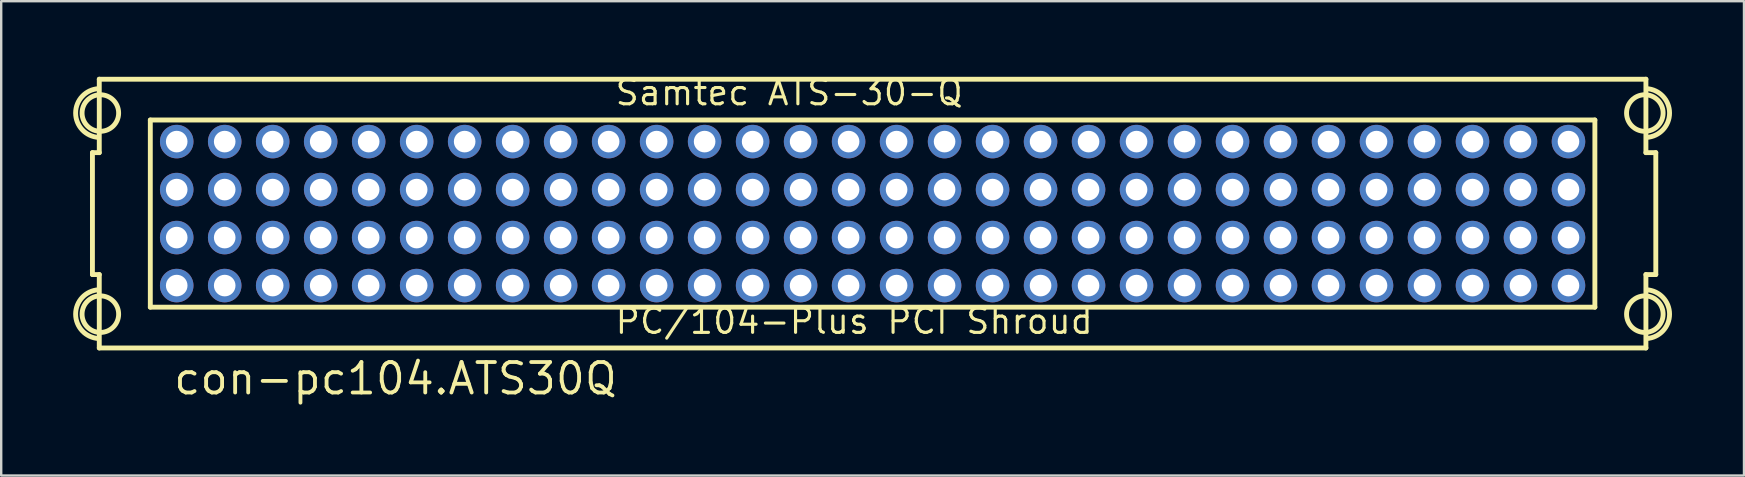
<source format=kicad_pcb>
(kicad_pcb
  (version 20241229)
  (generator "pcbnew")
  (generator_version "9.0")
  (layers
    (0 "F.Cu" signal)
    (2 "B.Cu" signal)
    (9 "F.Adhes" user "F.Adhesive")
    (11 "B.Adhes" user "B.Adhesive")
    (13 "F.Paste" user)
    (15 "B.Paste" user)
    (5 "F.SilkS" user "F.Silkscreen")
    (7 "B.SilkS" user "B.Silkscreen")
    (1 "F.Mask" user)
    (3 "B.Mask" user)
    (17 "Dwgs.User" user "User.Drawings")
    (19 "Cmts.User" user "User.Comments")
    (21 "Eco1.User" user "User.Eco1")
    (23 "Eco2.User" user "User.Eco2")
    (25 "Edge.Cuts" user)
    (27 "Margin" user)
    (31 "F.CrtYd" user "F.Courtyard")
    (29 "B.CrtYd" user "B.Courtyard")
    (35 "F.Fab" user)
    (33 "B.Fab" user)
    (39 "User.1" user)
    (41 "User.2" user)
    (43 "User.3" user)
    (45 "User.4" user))
  (footprint "con-pc104.ATS30Q"
    (layer "F.Cu")
    (at 33.314 5.851)
    (property "Reference" "con-pc104.ATS30Q" (at -29.21 7.62 0) (layer "F.SilkS") (effects (font (size 1.27 1.27) (thickness 0.16)) (justify left bottom)))
    (attr through_hole)
    (fp_line (start -32.512 -2.54) (end -32.227 -2.54) (stroke (width 0.203) (type default)) (layer "F.SilkS"))
    (fp_line (start -32.512 2.54) (end -32.512 -2.54) (stroke (width 0.203) (type default)) (layer "F.SilkS"))
    (fp_line (start -32.227 -5.6) (end 32.227 -5.6) (stroke (width 0.203) (type default)) (layer "F.SilkS"))
    (fp_line (start -32.227 -2.54) (end -32.227 -5.6) (stroke (width 0.203) (type default)) (layer "F.SilkS"))
    (fp_line (start -32.227 2.54) (end -32.512 2.54) (stroke (width 0.203) (type default)) (layer "F.SilkS"))
    (fp_line (start -32.227 5.6) (end -32.227 2.54) (stroke (width 0.203) (type default)) (layer "F.SilkS"))
    (fp_line (start -30.1 -3.9) (end 30.1 -3.9) (stroke (width 0.203) (type default)) (layer "F.SilkS"))
    (fp_line (start -30.1 3.9) (end -30.1 -3.9) (stroke (width 0.203) (type default)) (layer "F.SilkS"))
    (fp_line (start 30.1 -3.9) (end 30.1 3.9) (stroke (width 0.203) (type default)) (layer "F.SilkS"))
    (fp_line (start 30.1 3.9) (end -30.1 3.9) (stroke (width 0.203) (type default)) (layer "F.SilkS"))
    (fp_line (start 32.227 -5.6) (end 32.227 -2.54) (stroke (width 0.203) (type default)) (layer "F.SilkS"))
    (fp_line (start 32.227 -2.54) (end 32.639 -2.54) (stroke (width 0.203) (type default)) (layer "F.SilkS"))
    (fp_line (start 32.227 2.54) (end 32.227 5.6) (stroke (width 0.203) (type default)) (layer "F.SilkS"))
    (fp_line (start 32.227 5.6) (end -32.227 5.6) (stroke (width 0.203) (type default)) (layer "F.SilkS"))
    (fp_line (start 32.639 -2.54) (end 32.639 2.54) (stroke (width 0.203) (type default)) (layer "F.SilkS"))
    (fp_line (start 32.639 2.54) (end 32.227 2.54) (stroke (width 0.203) (type default)) (layer "F.SilkS"))
    (fp_arc (start -32.258 -3.175) (mid -33.212482 -4.191) (end -32.258 -5.207) (stroke (width 0.2032) (type default)) (layer "F.SilkS"))
    (fp_arc (start -32.258 5.207) (mid -33.212482 4.191) (end -32.258 3.175) (stroke (width 0.2032) (type default)) (layer "F.SilkS"))
    (fp_arc (start 32.258 -5.207) (mid 33.212482 -4.191) (end 32.258 -3.175) (stroke (width 0.2032) (type default)) (layer "F.SilkS"))
    (fp_arc (start 32.258 3.175) (mid 33.212482 4.191) (end 32.258 5.207) (stroke (width 0.2032) (type default)) (layer "F.SilkS"))
    (fp_circle (center -32.182 -4.191) (end -31.42 -4.191) (stroke (width 0.203) (type default)) (fill no) (layer "F.SilkS"))
    (fp_circle (center -32.182 4.191) (end -31.42 4.191) (stroke (width 0.203) (type default)) (fill no) (layer "F.SilkS"))
    (fp_circle (center 32.182 -4.191) (end 32.944 -4.191) (stroke (width 0.203) (type default)) (fill no) (layer "F.SilkS"))
    (fp_circle (center 32.182 4.191) (end 32.944 4.191) (stroke (width 0.203) (type default)) (fill no) (layer "F.SilkS"))
    (fp_text user "Samtec ATS-30-Q" (at -10.795 -4.445 0) (layer "F.SilkS") (effects (font (size 1.016 1.016) (thickness 0.13)) (justify left bottom)))
    (fp_text user "PC/104-Plus PCI Shroud" (at -10.795 5.08 0) (layer "F.SilkS") (effects (font (size 1.016 1.016) (thickness 0.13)) (justify left bottom)))
    (pad "A1" thru_hole circle (at -29 3) (size 1.397 1.397) (drill 0.9) (layers "*.Cu" "*.Mask"))
    (pad "A2" thru_hole circle (at -27 3) (size 1.397 1.397) (drill 0.9) (layers "*.Cu" "*.Mask"))
    (pad "A3" thru_hole circle (at -25 3) (size 1.397 1.397) (drill 0.9) (layers "*.Cu" "*.Mask"))
    (pad "A4" thru_hole circle (at -23 3) (size 1.397 1.397) (drill 0.9) (layers "*.Cu" "*.Mask"))
    (pad "A5" thru_hole circle (at -21 3) (size 1.397 1.397) (drill 0.9) (layers "*.Cu" "*.Mask"))
    (pad "A6" thru_hole circle (at -19 3) (size 1.397 1.397) (drill 0.9) (layers "*.Cu" "*.Mask"))
    (pad "A7" thru_hole circle (at -17 3) (size 1.397 1.397) (drill 0.9) (layers "*.Cu" "*.Mask"))
    (pad "A8" thru_hole circle (at -15 3) (size 1.397 1.397) (drill 0.9) (layers "*.Cu" "*.Mask"))
    (pad "A9" thru_hole circle (at -13 3) (size 1.397 1.397) (drill 0.9) (layers "*.Cu" "*.Mask"))
    (pad "A10" thru_hole circle (at -11 3) (size 1.397 1.397) (drill 0.9) (layers "*.Cu" "*.Mask"))
    (pad "A11" thru_hole circle (at -9 3) (size 1.397 1.397) (drill 0.9) (layers "*.Cu" "*.Mask"))
    (pad "A12" thru_hole circle (at -7 3) (size 1.397 1.397) (drill 0.9) (layers "*.Cu" "*.Mask"))
    (pad "A13" thru_hole circle (at -5 3) (size 1.397 1.397) (drill 0.9) (layers "*.Cu" "*.Mask"))
    (pad "A14" thru_hole circle (at -3 3) (size 1.397 1.397) (drill 0.9) (layers "*.Cu" "*.Mask"))
    (pad "A15" thru_hole circle (at -1 3) (size 1.397 1.397) (drill 0.9) (layers "*.Cu" "*.Mask"))
    (pad "A16" thru_hole circle (at 1 3) (size 1.397 1.397) (drill 0.9) (layers "*.Cu" "*.Mask"))
    (pad "A17" thru_hole circle (at 3 3) (size 1.397 1.397) (drill 0.9) (layers "*.Cu" "*.Mask"))
    (pad "A18" thru_hole circle (at 5 3) (size 1.397 1.397) (drill 0.9) (layers "*.Cu" "*.Mask"))
    (pad "A19" thru_hole circle (at 7 3) (size 1.397 1.397) (drill 0.9) (layers "*.Cu" "*.Mask"))
    (pad "A20" thru_hole circle (at 9 3) (size 1.397 1.397) (drill 0.9) (layers "*.Cu" "*.Mask"))
    (pad "A21" thru_hole circle (at 11 3) (size 1.397 1.397) (drill 0.9) (layers "*.Cu" "*.Mask"))
    (pad "A22" thru_hole circle (at 13 3) (size 1.397 1.397) (drill 0.9) (layers "*.Cu" "*.Mask"))
    (pad "A23" thru_hole circle (at 15 3) (size 1.397 1.397) (drill 0.9) (layers "*.Cu" "*.Mask"))
    (pad "A24" thru_hole circle (at 17 3) (size 1.397 1.397) (drill 0.9) (layers "*.Cu" "*.Mask"))
    (pad "A25" thru_hole circle (at 19 3) (size 1.397 1.397) (drill 0.9) (layers "*.Cu" "*.Mask"))
    (pad "A26" thru_hole circle (at 21 3) (size 1.397 1.397) (drill 0.9) (layers "*.Cu" "*.Mask"))
    (pad "A27" thru_hole circle (at 23 3) (size 1.397 1.397) (drill 0.9) (layers "*.Cu" "*.Mask"))
    (pad "A28" thru_hole circle (at 25 3) (size 1.397 1.397) (drill 0.9) (layers "*.Cu" "*.Mask"))
    (pad "A29" thru_hole circle (at 27 3) (size 1.397 1.397) (drill 0.9) (layers "*.Cu" "*.Mask"))
    (pad "A30" thru_hole circle (at 29 3) (size 1.397 1.397) (drill 0.9) (layers "*.Cu" "*.Mask"))
    (pad "B1" thru_hole circle (at -29 1) (size 1.397 1.397) (drill 0.9) (layers "*.Cu" "*.Mask"))
    (pad "B2" thru_hole circle (at -27 1) (size 1.397 1.397) (drill 0.9) (layers "*.Cu" "*.Mask"))
    (pad "B3" thru_hole circle (at -25 1) (size 1.397 1.397) (drill 0.9) (layers "*.Cu" "*.Mask"))
    (pad "B4" thru_hole circle (at -23 1) (size 1.397 1.397) (drill 0.9) (layers "*.Cu" "*.Mask"))
    (pad "B5" thru_hole circle (at -21 1) (size 1.397 1.397) (drill 0.9) (layers "*.Cu" "*.Mask"))
    (pad "B6" thru_hole circle (at -19 1) (size 1.397 1.397) (drill 0.9) (layers "*.Cu" "*.Mask"))
    (pad "B7" thru_hole circle (at -17 1) (size 1.397 1.397) (drill 0.9) (layers "*.Cu" "*.Mask"))
    (pad "B8" thru_hole circle (at -15 1) (size 1.397 1.397) (drill 0.9) (layers "*.Cu" "*.Mask"))
    (pad "B9" thru_hole circle (at -13 1) (size 1.397 1.397) (drill 0.9) (layers "*.Cu" "*.Mask"))
    (pad "B10" thru_hole circle (at -11 1) (size 1.397 1.397) (drill 0.9) (layers "*.Cu" "*.Mask"))
    (pad "B11" thru_hole circle (at -9 1) (size 1.397 1.397) (drill 0.9) (layers "*.Cu" "*.Mask"))
    (pad "B12" thru_hole circle (at -7 1) (size 1.397 1.397) (drill 0.9) (layers "*.Cu" "*.Mask"))
    (pad "B13" thru_hole circle (at -5 1) (size 1.397 1.397) (drill 0.9) (layers "*.Cu" "*.Mask"))
    (pad "B14" thru_hole circle (at -3 1) (size 1.397 1.397) (drill 0.9) (layers "*.Cu" "*.Mask"))
    (pad "B15" thru_hole circle (at -1 1) (size 1.397 1.397) (drill 0.9) (layers "*.Cu" "*.Mask"))
    (pad "B16" thru_hole circle (at 1 1) (size 1.397 1.397) (drill 0.9) (layers "*.Cu" "*.Mask"))
    (pad "B17" thru_hole circle (at 3 1) (size 1.397 1.397) (drill 0.9) (layers "*.Cu" "*.Mask"))
    (pad "B18" thru_hole circle (at 5 1) (size 1.397 1.397) (drill 0.9) (layers "*.Cu" "*.Mask"))
    (pad "B19" thru_hole circle (at 7 1) (size 1.397 1.397) (drill 0.9) (layers "*.Cu" "*.Mask"))
    (pad "B20" thru_hole circle (at 9 1) (size 1.397 1.397) (drill 0.9) (layers "*.Cu" "*.Mask"))
    (pad "B21" thru_hole circle (at 11 1) (size 1.397 1.397) (drill 0.9) (layers "*.Cu" "*.Mask"))
    (pad "B22" thru_hole circle (at 13 1) (size 1.397 1.397) (drill 0.9) (layers "*.Cu" "*.Mask"))
    (pad "B23" thru_hole circle (at 15 1) (size 1.397 1.397) (drill 0.9) (layers "*.Cu" "*.Mask"))
    (pad "B24" thru_hole circle (at 17 1) (size 1.397 1.397) (drill 0.9) (layers "*.Cu" "*.Mask"))
    (pad "B25" thru_hole circle (at 19 1) (size 1.397 1.397) (drill 0.9) (layers "*.Cu" "*.Mask"))
    (pad "B26" thru_hole circle (at 21 1) (size 1.397 1.397) (drill 0.9) (layers "*.Cu" "*.Mask"))
    (pad "B27" thru_hole circle (at 23 1) (size 1.397 1.397) (drill 0.9) (layers "*.Cu" "*.Mask"))
    (pad "B28" thru_hole circle (at 25 1) (size 1.397 1.397) (drill 0.9) (layers "*.Cu" "*.Mask"))
    (pad "B29" thru_hole circle (at 27 1) (size 1.397 1.397) (drill 0.9) (layers "*.Cu" "*.Mask"))
    (pad "B30" thru_hole circle (at 29 1) (size 1.397 1.397) (drill 0.9) (layers "*.Cu" "*.Mask"))
    (pad "C1" thru_hole circle (at -29 -1) (size 1.397 1.397) (drill 0.9) (layers "*.Cu" "*.Mask"))
    (pad "C2" thru_hole circle (at -27 -1) (size 1.397 1.397) (drill 0.9) (layers "*.Cu" "*.Mask"))
    (pad "C3" thru_hole circle (at -25 -1) (size 1.397 1.397) (drill 0.9) (layers "*.Cu" "*.Mask"))
    (pad "C4" thru_hole circle (at -23 -1) (size 1.397 1.397) (drill 0.9) (layers "*.Cu" "*.Mask"))
    (pad "C5" thru_hole circle (at -21 -1) (size 1.397 1.397) (drill 0.9) (layers "*.Cu" "*.Mask"))
    (pad "C6" thru_hole circle (at -19 -1) (size 1.397 1.397) (drill 0.9) (layers "*.Cu" "*.Mask"))
    (pad "C7" thru_hole circle (at -17 -1) (size 1.397 1.397) (drill 0.9) (layers "*.Cu" "*.Mask"))
    (pad "C8" thru_hole circle (at -15 -1) (size 1.397 1.397) (drill 0.9) (layers "*.Cu" "*.Mask"))
    (pad "C9" thru_hole circle (at -13 -1) (size 1.397 1.397) (drill 0.9) (layers "*.Cu" "*.Mask"))
    (pad "C10" thru_hole circle (at -11 -1) (size 1.397 1.397) (drill 0.9) (layers "*.Cu" "*.Mask"))
    (pad "C11" thru_hole circle (at -9 -1) (size 1.397 1.397) (drill 0.9) (layers "*.Cu" "*.Mask"))
    (pad "C12" thru_hole circle (at -7 -1) (size 1.397 1.397) (drill 0.9) (layers "*.Cu" "*.Mask"))
    (pad "C13" thru_hole circle (at -5 -1) (size 1.397 1.397) (drill 0.9) (layers "*.Cu" "*.Mask"))
    (pad "C14" thru_hole circle (at -3 -1) (size 1.397 1.397) (drill 0.9) (layers "*.Cu" "*.Mask"))
    (pad "C15" thru_hole circle (at -1 -1) (size 1.397 1.397) (drill 0.9) (layers "*.Cu" "*.Mask"))
    (pad "C16" thru_hole circle (at 1 -1) (size 1.397 1.397) (drill 0.9) (layers "*.Cu" "*.Mask"))
    (pad "C17" thru_hole circle (at 3 -1) (size 1.397 1.397) (drill 0.9) (layers "*.Cu" "*.Mask"))
    (pad "C18" thru_hole circle (at 5 -1) (size 1.397 1.397) (drill 0.9) (layers "*.Cu" "*.Mask"))
    (pad "C19" thru_hole circle (at 7 -1) (size 1.397 1.397) (drill 0.9) (layers "*.Cu" "*.Mask"))
    (pad "C20" thru_hole circle (at 9 -1) (size 1.397 1.397) (drill 0.9) (layers "*.Cu" "*.Mask"))
    (pad "C21" thru_hole circle (at 11 -1) (size 1.397 1.397) (drill 0.9) (layers "*.Cu" "*.Mask"))
    (pad "C22" thru_hole circle (at 13 -1) (size 1.397 1.397) (drill 0.9) (layers "*.Cu" "*.Mask"))
    (pad "C23" thru_hole circle (at 15 -1) (size 1.397 1.397) (drill 0.9) (layers "*.Cu" "*.Mask"))
    (pad "C24" thru_hole circle (at 17 -1) (size 1.397 1.397) (drill 0.9) (layers "*.Cu" "*.Mask"))
    (pad "C25" thru_hole circle (at 19 -1) (size 1.397 1.397) (drill 0.9) (layers "*.Cu" "*.Mask"))
    (pad "C26" thru_hole circle (at 21 -1) (size 1.397 1.397) (drill 0.9) (layers "*.Cu" "*.Mask"))
    (pad "C27" thru_hole circle (at 23 -1) (size 1.397 1.397) (drill 0.9) (layers "*.Cu" "*.Mask"))
    (pad "C28" thru_hole circle (at 25 -1) (size 1.397 1.397) (drill 0.9) (layers "*.Cu" "*.Mask"))
    (pad "C29" thru_hole circle (at 27 -1) (size 1.397 1.397) (drill 0.9) (layers "*.Cu" "*.Mask"))
    (pad "C30" thru_hole circle (at 29 -1) (size 1.397 1.397) (drill 0.9) (layers "*.Cu" "*.Mask"))
    (pad "D1" thru_hole circle (at -29 -3) (size 1.397 1.397) (drill 0.9) (layers "*.Cu" "*.Mask"))
    (pad "D2" thru_hole circle (at -27 -3) (size 1.397 1.397) (drill 0.9) (layers "*.Cu" "*.Mask"))
    (pad "D3" thru_hole circle (at -25 -3) (size 1.397 1.397) (drill 0.9) (layers "*.Cu" "*.Mask"))
    (pad "D4" thru_hole circle (at -23 -3) (size 1.397 1.397) (drill 0.9) (layers "*.Cu" "*.Mask"))
    (pad "D5" thru_hole circle (at -21 -3) (size 1.397 1.397) (drill 0.9) (layers "*.Cu" "*.Mask"))
    (pad "D6" thru_hole circle (at -19 -3) (size 1.397 1.397) (drill 0.9) (layers "*.Cu" "*.Mask"))
    (pad "D7" thru_hole circle (at -17 -3) (size 1.397 1.397) (drill 0.9) (layers "*.Cu" "*.Mask"))
    (pad "D8" thru_hole circle (at -15 -3) (size 1.397 1.397) (drill 0.9) (layers "*.Cu" "*.Mask"))
    (pad "D9" thru_hole circle (at -13 -3) (size 1.397 1.397) (drill 0.9) (layers "*.Cu" "*.Mask"))
    (pad "D10" thru_hole circle (at -11 -3) (size 1.397 1.397) (drill 0.9) (layers "*.Cu" "*.Mask"))
    (pad "D11" thru_hole circle (at -9 -3) (size 1.397 1.397) (drill 0.9) (layers "*.Cu" "*.Mask"))
    (pad "D12" thru_hole circle (at -7 -3) (size 1.397 1.397) (drill 0.9) (layers "*.Cu" "*.Mask"))
    (pad "D13" thru_hole circle (at -5 -3) (size 1.397 1.397) (drill 0.9) (layers "*.Cu" "*.Mask"))
    (pad "D14" thru_hole circle (at -3 -3) (size 1.397 1.397) (drill 0.9) (layers "*.Cu" "*.Mask"))
    (pad "D15" thru_hole circle (at -1 -3) (size 1.397 1.397) (drill 0.9) (layers "*.Cu" "*.Mask"))
    (pad "D16" thru_hole circle (at 1 -3) (size 1.397 1.397) (drill 0.9) (layers "*.Cu" "*.Mask"))
    (pad "D17" thru_hole circle (at 3 -3) (size 1.397 1.397) (drill 0.9) (layers "*.Cu" "*.Mask"))
    (pad "D18" thru_hole circle (at 5 -3) (size 1.397 1.397) (drill 0.9) (layers "*.Cu" "*.Mask"))
    (pad "D19" thru_hole circle (at 7 -3) (size 1.397 1.397) (drill 0.9) (layers "*.Cu" "*.Mask"))
    (pad "D20" thru_hole circle (at 9 -3) (size 1.397 1.397) (drill 0.9) (layers "*.Cu" "*.Mask"))
    (pad "D21" thru_hole circle (at 11 -3) (size 1.397 1.397) (drill 0.9) (layers "*.Cu" "*.Mask"))
    (pad "D22" thru_hole circle (at 13 -3) (size 1.397 1.397) (drill 0.9) (layers "*.Cu" "*.Mask"))
    (pad "D23" thru_hole circle (at 15 -3) (size 1.397 1.397) (drill 0.9) (layers "*.Cu" "*.Mask"))
    (pad "D24" thru_hole circle (at 17 -3) (size 1.397 1.397) (drill 0.9) (layers "*.Cu" "*.Mask"))
    (pad "D25" thru_hole circle (at 19 -3) (size 1.397 1.397) (drill 0.9) (layers "*.Cu" "*.Mask"))
    (pad "D26" thru_hole circle (at 21 -3) (size 1.397 1.397) (drill 0.9) (layers "*.Cu" "*.Mask"))
    (pad "D27" thru_hole circle (at 23 -3) (size 1.397 1.397) (drill 0.9) (layers "*.Cu" "*.Mask"))
    (pad "D28" thru_hole circle (at 25 -3) (size 1.397 1.397) (drill 0.9) (layers "*.Cu" "*.Mask"))
    (pad "D29" thru_hole circle (at 27 -3) (size 1.397 1.397) (drill 0.9) (layers "*.Cu" "*.Mask"))
    (pad "D30" thru_hole circle (at 29 -3) (size 1.397 1.397) (drill 0.9) (layers "*.Cu" "*.Mask")))
  (gr_rect
    (start -3 -3)
    (end 69.628 16.768)
    (stroke (width 0.1) (type default))
    (fill no)
    (layer "Edge.Cuts")))
</source>
